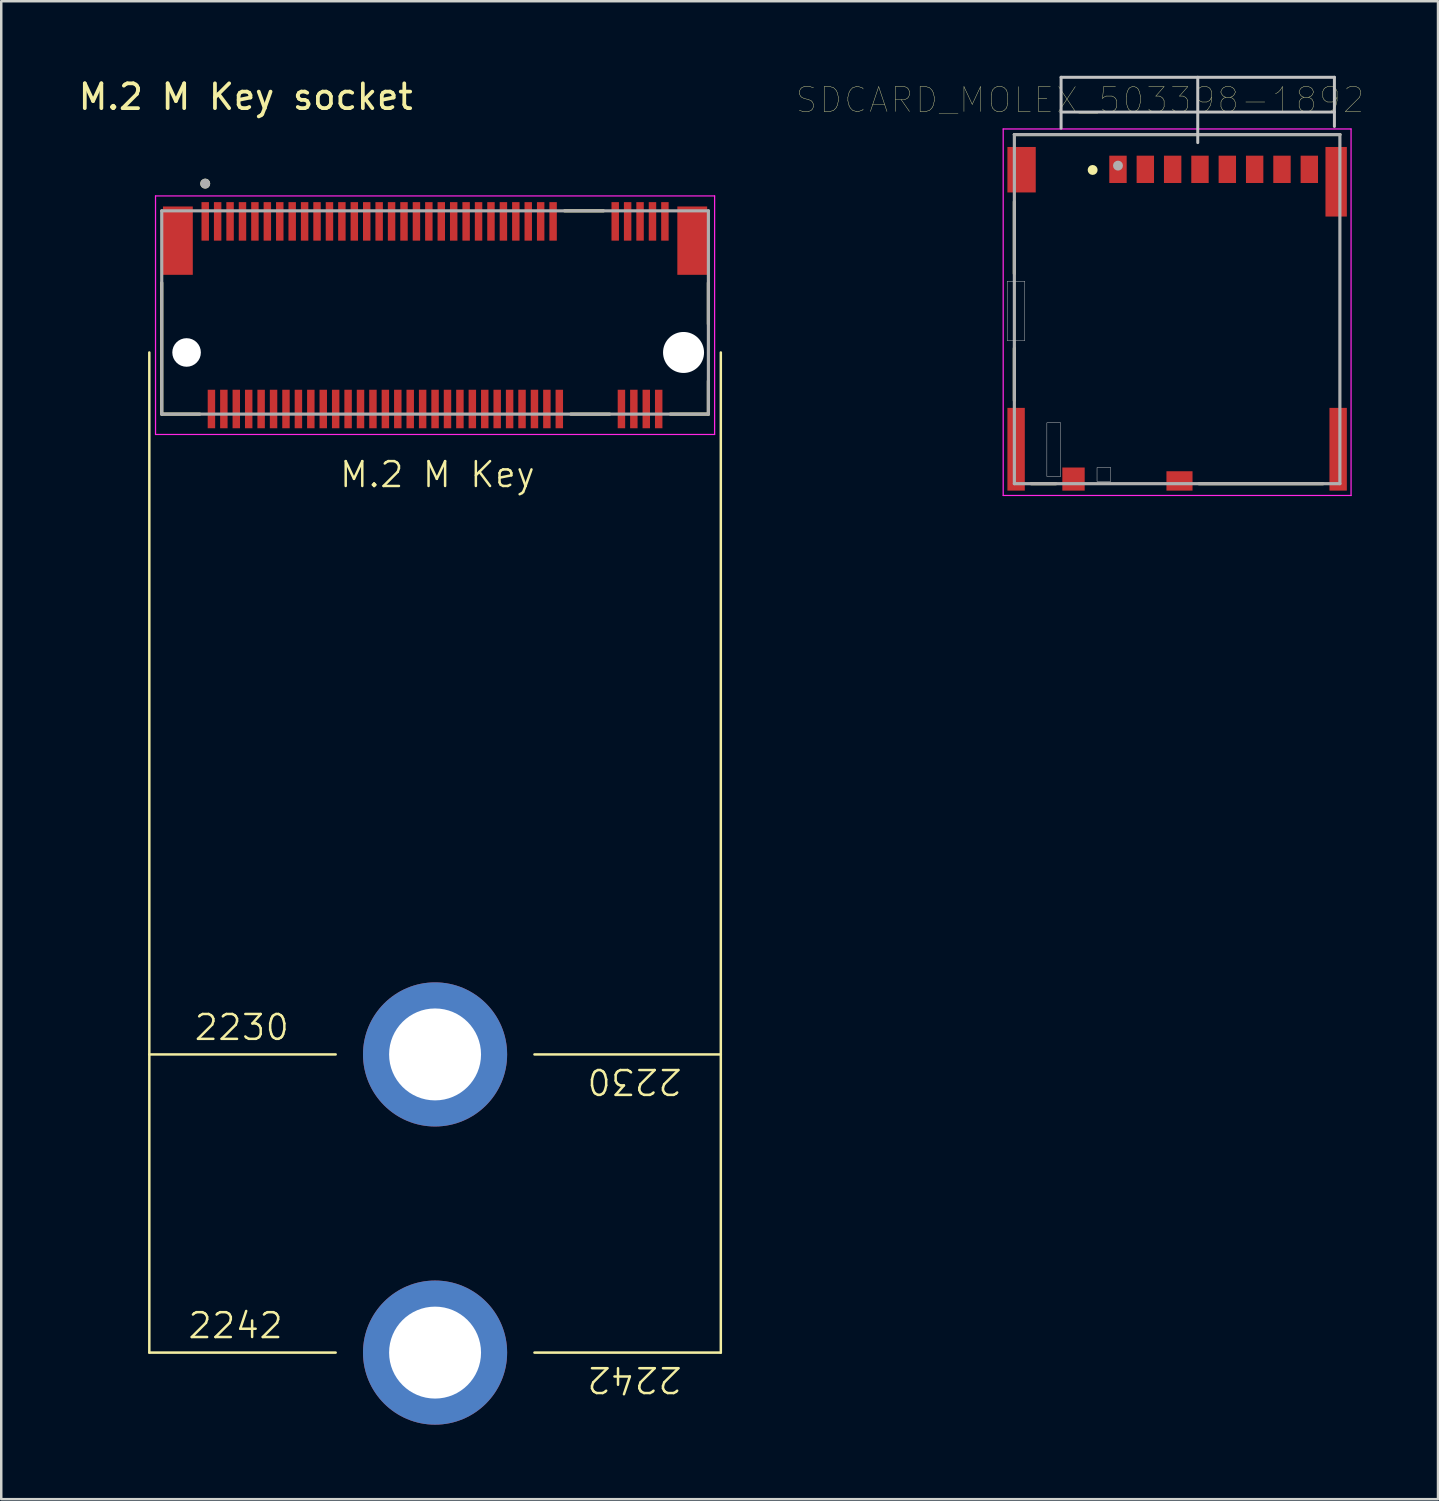
<source format=kicad_pcb>
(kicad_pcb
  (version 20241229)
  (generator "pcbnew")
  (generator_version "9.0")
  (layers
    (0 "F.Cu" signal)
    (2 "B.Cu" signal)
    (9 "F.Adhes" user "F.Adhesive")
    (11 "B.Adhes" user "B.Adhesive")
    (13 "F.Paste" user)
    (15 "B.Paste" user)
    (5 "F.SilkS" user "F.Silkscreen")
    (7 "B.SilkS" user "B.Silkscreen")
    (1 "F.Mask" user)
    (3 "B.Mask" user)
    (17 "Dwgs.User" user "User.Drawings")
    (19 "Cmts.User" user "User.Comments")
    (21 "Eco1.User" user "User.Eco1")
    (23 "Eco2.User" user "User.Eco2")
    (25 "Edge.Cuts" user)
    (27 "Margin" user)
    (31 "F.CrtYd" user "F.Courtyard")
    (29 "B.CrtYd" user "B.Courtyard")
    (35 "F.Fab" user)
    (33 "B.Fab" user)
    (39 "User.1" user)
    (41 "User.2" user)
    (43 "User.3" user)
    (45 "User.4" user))
  (footprint "M.2 M Key socket"
    (layer "F.Cu")
    (at 14.459 11.135)
    (property "Reference" "M.2 M Key socket" (at -7.62 -10.287 0) (layer "F.SilkS") (effects (font (size 1 1) (thickness 0.15))))
    (fp_line (start -11.5 0) (end -11.5 40.25) (stroke (width 0.1) (type default)) (layer "F.SilkS"))
    (fp_line (start -11.5 28.25) (end -4 28.25) (stroke (width 0.1) (type default)) (layer "F.SilkS"))
    (fp_line (start -11.5 40.25) (end -4 40.25) (stroke (width 0.1) (type default)) (layer "F.SilkS"))
    (fp_line (start -11 2.48) (end -11 -2.805) (stroke (width 0.127) (type solid)) (layer "F.SilkS"))
    (fp_line (start -9.47 2.48) (end -11 2.48) (stroke (width 0.127) (type solid)) (layer "F.SilkS"))
    (fp_line (start 4 28.25) (end 11.5 28.25) (stroke (width 0.1) (type default)) (layer "F.SilkS"))
    (fp_line (start 4 40.25) (end 11.5 40.25) (stroke (width 0.1) (type default)) (layer "F.SilkS"))
    (fp_line (start 5.213 -5.7) (end 6.777 -5.7) (stroke (width 0.127) (type solid)) (layer "F.SilkS"))
    (fp_line (start 5.463 2.48) (end 7.027 2.48) (stroke (width 0.127) (type solid)) (layer "F.SilkS"))
    (fp_line (start 11 -2.805) (end 11 -1.145) (stroke (width 0.127) (type solid)) (layer "F.SilkS"))
    (fp_line (start 11 2.48) (end 9.47 2.48) (stroke (width 0.127) (type solid)) (layer "F.SilkS"))
    (fp_line (start 11 2.48) (end 11 1.145) (stroke (width 0.127) (type solid)) (layer "F.SilkS"))
    (fp_line (start 11.5 40.25) (end 11.5 0) (stroke (width 0.1) (type default)) (layer "F.SilkS"))
    (fp_circle (center -9.25 -6.796) (end -9.15 -6.796) (stroke (width 0.2) (type solid)) (fill no) (layer "F.SilkS"))
    (fp_line (start -11.25 -6.3) (end -11.25 3.3) (stroke (width 0.05) (type solid)) (layer "F.CrtYd"))
    (fp_line (start -11.25 3.3) (end 11.25 3.3) (stroke (width 0.05) (type solid)) (layer "F.CrtYd"))
    (fp_line (start 11.25 -6.3) (end -11.25 -6.3) (stroke (width 0.05) (type solid)) (layer "F.CrtYd"))
    (fp_line (start 11.25 3.3) (end 11.25 -6.3) (stroke (width 0.05) (type solid)) (layer "F.CrtYd"))
    (fp_line (start -11 -5.7) (end 11 -5.7) (stroke (width 0.127) (type solid)) (layer "F.Fab"))
    (fp_line (start -11 2.48) (end -11 -5.7) (stroke (width 0.127) (type solid)) (layer "F.Fab"))
    (fp_line (start 11 -5.7) (end 11 2.48) (stroke (width 0.127) (type solid)) (layer "F.Fab"))
    (fp_line (start 11 2.48) (end -11 2.48) (stroke (width 0.127) (type solid)) (layer "F.Fab"))
    (fp_circle (center -9.25 -6.796) (end -9.15 -6.796) (stroke (width 0.2) (type solid)) (fill no) (layer "F.Fab"))
    (fp_text user "M.2 M Key" (at -3.9 5.5 0) (unlocked yes) (layer "F.SilkS") (effects (font (size 1 1) (thickness 0.1)) (justify left bottom)))
    (fp_text user "2242" (at -10 39.75 0) (unlocked yes) (layer "F.SilkS") (effects (font (size 1 1) (thickness 0.1)) (justify left bottom)))
    (fp_text user "2230" (at -9.75 27.75 0) (unlocked yes) (layer "F.SilkS") (effects (font (size 1 1) (thickness 0.1)) (justify left bottom)))
    (fp_text user "2230" (at 10 28.75 180) (unlocked yes) (layer "F.SilkS") (effects (font (size 1 1) (thickness 0.1)) (justify left bottom)))
    (fp_text user "2242" (at 10 40.75 180) (unlocked yes) (layer "F.SilkS") (effects (font (size 1 1) (thickness 0.1)) (justify left bottom)))
    (pad "" np_thru_hole circle (at -10 0) (size 1.15 1.15) (drill 1.15) (layers "*.Cu" "*.Mask"))
    (pad "" np_thru_hole circle (at 10 0) (size 1.65 1.65) (drill 1.65) (layers "*.Cu" "*.Mask"))
    (pad "1" smd rect (at -9.25 -5.275) (size 0.3 1.55) (layers "F.Cu" "F.Mask" "F.Paste"))
    (pad "2" smd rect (at -9 2.275) (size 0.3 1.55) (layers "F.Cu" "F.Mask" "F.Paste"))
    (pad "3" smd rect (at -8.75 -5.275) (size 0.3 1.55) (layers "F.Cu" "F.Mask" "F.Paste"))
    (pad "4" smd rect (at -8.5 2.275) (size 0.3 1.55) (layers "F.Cu" "F.Mask" "F.Paste"))
    (pad "5" smd rect (at -8.25 -5.275) (size 0.3 1.55) (layers "F.Cu" "F.Mask" "F.Paste"))
    (pad "6" smd rect (at -8 2.275) (size 0.3 1.55) (layers "F.Cu" "F.Mask" "F.Paste"))
    (pad "7" smd rect (at -7.75 -5.275) (size 0.3 1.55) (layers "F.Cu" "F.Mask" "F.Paste"))
    (pad "8" smd rect (at -7.5 2.275) (size 0.3 1.55) (layers "F.Cu" "F.Mask" "F.Paste"))
    (pad "9" smd rect (at -7.25 -5.275) (size 0.3 1.55) (layers "F.Cu" "F.Mask" "F.Paste"))
    (pad "10" smd rect (at -7 2.275) (size 0.3 1.55) (layers "F.Cu" "F.Mask" "F.Paste"))
    (pad "11" smd rect (at -6.75 -5.275) (size 0.3 1.55) (layers "F.Cu" "F.Mask" "F.Paste"))
    (pad "12" smd rect (at -6.5 2.275) (size 0.3 1.55) (layers "F.Cu" "F.Mask" "F.Paste"))
    (pad "13" smd rect (at -6.25 -5.275) (size 0.3 1.55) (layers "F.Cu" "F.Mask" "F.Paste"))
    (pad "14" smd rect (at -6 2.275) (size 0.3 1.55) (layers "F.Cu" "F.Mask" "F.Paste"))
    (pad "15" smd rect (at -5.75 -5.275) (size 0.3 1.55) (layers "F.Cu" "F.Mask" "F.Paste"))
    (pad "16" smd rect (at -5.5 2.275) (size 0.3 1.55) (layers "F.Cu" "F.Mask" "F.Paste"))
    (pad "17" smd rect (at -5.25 -5.275) (size 0.3 1.55) (layers "F.Cu" "F.Mask" "F.Paste"))
    (pad "18" smd rect (at -5 2.275) (size 0.3 1.55) (layers "F.Cu" "F.Mask" "F.Paste"))
    (pad "19" smd rect (at -4.75 -5.275) (size 0.3 1.55) (layers "F.Cu" "F.Mask" "F.Paste"))
    (pad "20" smd rect (at -4.5 2.275) (size 0.3 1.55) (layers "F.Cu" "F.Mask" "F.Paste"))
    (pad "21" smd rect (at -4.25 -5.275) (size 0.3 1.55) (layers "F.Cu" "F.Mask" "F.Paste"))
    (pad "22" smd rect (at -4 2.275) (size 0.3 1.55) (layers "F.Cu" "F.Mask" "F.Paste"))
    (pad "23" smd rect (at -3.75 -5.275) (size 0.3 1.55) (layers "F.Cu" "F.Mask" "F.Paste"))
    (pad "24" smd rect (at -3.5 2.275) (size 0.3 1.55) (layers "F.Cu" "F.Mask" "F.Paste"))
    (pad "25" smd rect (at -3.25 -5.275) (size 0.3 1.55) (layers "F.Cu" "F.Mask" "F.Paste"))
    (pad "26" smd rect (at -3 2.275) (size 0.3 1.55) (layers "F.Cu" "F.Mask" "F.Paste"))
    (pad "27" smd rect (at -2.75 -5.275) (size 0.3 1.55) (layers "F.Cu" "F.Mask" "F.Paste"))
    (pad "28" smd rect (at -2.5 2.275) (size 0.3 1.55) (layers "F.Cu" "F.Mask" "F.Paste"))
    (pad "29" smd rect (at -2.25 -5.275) (size 0.3 1.55) (layers "F.Cu" "F.Mask" "F.Paste"))
    (pad "30" smd rect (at -2 2.275) (size 0.3 1.55) (layers "F.Cu" "F.Mask" "F.Paste"))
    (pad "31" smd rect (at -1.75 -5.275) (size 0.3 1.55) (layers "F.Cu" "F.Mask" "F.Paste"))
    (pad "32" smd rect (at -1.5 2.275) (size 0.3 1.55) (layers "F.Cu" "F.Mask" "F.Paste"))
    (pad "33" smd rect (at -1.25 -5.275) (size 0.3 1.55) (layers "F.Cu" "F.Mask" "F.Paste"))
    (pad "34" smd rect (at -1 2.275) (size 0.3 1.55) (layers "F.Cu" "F.Mask" "F.Paste"))
    (pad "35" smd rect (at -0.75 -5.275) (size 0.3 1.55) (layers "F.Cu" "F.Mask" "F.Paste"))
    (pad "36" smd rect (at -0.5 2.275) (size 0.3 1.55) (layers "F.Cu" "F.Mask" "F.Paste"))
    (pad "37" smd rect (at -0.25 -5.275) (size 0.3 1.55) (layers "F.Cu" "F.Mask" "F.Paste"))
    (pad "38" smd rect (at 0 2.275) (size 0.3 1.55) (layers "F.Cu" "F.Mask" "F.Paste"))
    (pad "39" smd rect (at 0.25 -5.275) (size 0.3 1.55) (layers "F.Cu" "F.Mask" "F.Paste"))
    (pad "40" smd rect (at 0.5 2.275) (size 0.3 1.55) (layers "F.Cu" "F.Mask" "F.Paste"))
    (pad "41" smd rect (at 0.75 -5.275) (size 0.3 1.55) (layers "F.Cu" "F.Mask" "F.Paste"))
    (pad "42" smd rect (at 1 2.275) (size 0.3 1.55) (layers "F.Cu" "F.Mask" "F.Paste"))
    (pad "43" smd rect (at 1.25 -5.275) (size 0.3 1.55) (layers "F.Cu" "F.Mask" "F.Paste"))
    (pad "44" smd rect (at 1.5 2.275) (size 0.3 1.55) (layers "F.Cu" "F.Mask" "F.Paste"))
    (pad "45" smd rect (at 1.75 -5.275) (size 0.3 1.55) (layers "F.Cu" "F.Mask" "F.Paste"))
    (pad "46" smd rect (at 2 2.275) (size 0.3 1.55) (layers "F.Cu" "F.Mask" "F.Paste"))
    (pad "47" smd rect (at 2.25 -5.275) (size 0.3 1.55) (layers "F.Cu" "F.Mask" "F.Paste"))
    (pad "48" smd rect (at 2.5 2.275) (size 0.3 1.55) (layers "F.Cu" "F.Mask" "F.Paste"))
    (pad "49" smd rect (at 2.75 -5.275) (size 0.3 1.55) (layers "F.Cu" "F.Mask" "F.Paste"))
    (pad "50" smd rect (at 3 2.275) (size 0.3 1.55) (layers "F.Cu" "F.Mask" "F.Paste"))
    (pad "51" smd rect (at 3.25 -5.275) (size 0.3 1.55) (layers "F.Cu" "F.Mask" "F.Paste"))
    (pad "52" smd rect (at 3.5 2.275) (size 0.3 1.55) (layers "F.Cu" "F.Mask" "F.Paste"))
    (pad "53" smd rect (at 3.75 -5.275) (size 0.3 1.55) (layers "F.Cu" "F.Mask" "F.Paste"))
    (pad "54" smd rect (at 4 2.275) (size 0.3 1.55) (layers "F.Cu" "F.Mask" "F.Paste"))
    (pad "55" smd rect (at 4.25 -5.275) (size 0.3 1.55) (layers "F.Cu" "F.Mask" "F.Paste"))
    (pad "56" smd rect (at 4.5 2.275) (size 0.3 1.55) (layers "F.Cu" "F.Mask" "F.Paste"))
    (pad "57" smd rect (at 4.75 -5.275) (size 0.3 1.55) (layers "F.Cu" "F.Mask" "F.Paste"))
    (pad "58" smd rect (at 5 2.275) (size 0.3 1.55) (layers "F.Cu" "F.Mask" "F.Paste"))
    (pad "67" smd rect (at 7.25 -5.275) (size 0.3 1.55) (layers "F.Cu" "F.Mask" "F.Paste"))
    (pad "68" smd rect (at 7.5 2.275) (size 0.3 1.55) (layers "F.Cu" "F.Mask" "F.Paste"))
    (pad "69" smd rect (at 7.75 -5.275) (size 0.3 1.55) (layers "F.Cu" "F.Mask" "F.Paste"))
    (pad "70" smd rect (at 8 2.275) (size 0.3 1.55) (layers "F.Cu" "F.Mask" "F.Paste"))
    (pad "71" smd rect (at 8.25 -5.275) (size 0.3 1.55) (layers "F.Cu" "F.Mask" "F.Paste"))
    (pad "72" smd rect (at 8.5 2.275) (size 0.3 1.55) (layers "F.Cu" "F.Mask" "F.Paste"))
    (pad "73" smd rect (at 8.75 -5.275) (size 0.3 1.55) (layers "F.Cu" "F.Mask" "F.Paste"))
    (pad "74" smd rect (at 9 2.275) (size 0.3 1.55) (layers "F.Cu" "F.Mask" "F.Paste"))
    (pad "75" smd rect (at 9.25 -5.275) (size 0.3 1.55) (layers "F.Cu" "F.Mask" "F.Paste"))
    (pad "M1" thru_hole circle (at 0 28.25) (size 5.8 5.8) (drill 3.7) (layers "*.Cu" "*.Mask"))
    (pad "M2" thru_hole circle (at 0 40.25) (size 5.8 5.8) (drill 3.7) (layers "*.Cu" "*.Mask"))
    (pad "S1" smd rect (at -10.35 -4.5) (size 1.2 2.75) (layers "F.Cu" "F.Mask" "F.Paste"))
    (pad "S2" smd rect (at 10.35 -4.5) (size 1.2 2.75) (layers "F.Cu" "F.Mask" "F.Paste")))
  (footprint "SDCARD_MOLEX_503398-1892"
    (layer "F.Cu")
    (at 44.323 9.39)
    (property "Reference" "SDCARD_MOLEX_503398-1892" (at -3.908 -8.416 0) (layer "F.SilkS") (effects (font (size 1.001 1.001) (thickness 0.015))))
    (attr smd)
    (fp_line (start -6.55 -7.025) (end 6.55 -7.025) (stroke (width 0.127) (type solid)) (layer "F.SilkS"))
    (fp_line (start -6.55 -4.325) (end -6.55 -1.425) (stroke (width 0.127) (type solid)) (layer "F.SilkS"))
    (fp_line (start -6.55 1.575) (end -6.55 3.675) (stroke (width 0.127) (type solid)) (layer "F.SilkS"))
    (fp_line (start -5.876 7.025) (end -4.874 7.025) (stroke (width 0.127) (type solid)) (layer "F.SilkS"))
    (fp_line (start 0.874 7.025) (end 5.876 7.025) (stroke (width 0.127) (type solid)) (layer "F.SilkS"))
    (fp_circle (center -3.4 -5.6) (end -3.3 -5.6) (stroke (width 0.2) (type solid)) (fill no) (layer "F.SilkS"))
    (fp_line (start -4.67 -9.33) (end -4.67 -7.28) (stroke (width 0.12) (type solid)) (layer "Dwgs.User"))
    (fp_line (start -4.67 -9.33) (end 6.33 -9.33) (stroke (width 0.12) (type solid)) (layer "Dwgs.User"))
    (fp_line (start -4.67 -7.93) (end 6.33 -7.93) (stroke (width 0.12) (type solid)) (layer "Dwgs.User"))
    (fp_line (start 0.83 -6.7) (end 0.83 -9.33) (stroke (width 0.12) (type solid)) (layer "Dwgs.User"))
    (fp_line (start 6.33 -9.33) (end 6.33 -7.35) (stroke (width 0.12) (type solid)) (layer "Dwgs.User"))
    (fp_poly (pts (xy -6.842 -1.125) (xy -6.13 -1.125) (xy -6.13 1.277) (xy -6.842 1.277)) (stroke (width 0.01) (type solid)) (fill no) (layer "Dwgs.User"))
    (fp_poly (pts (xy -6.836 -1.125) (xy -6.13 -1.125) (xy -6.13 1.276) (xy -6.836 1.276)) (stroke (width 0.01) (type solid)) (fill no) (layer "Dwgs.User"))
    (fp_poly (pts (xy -5.245 4.575) (xy -4.685 4.575) (xy -4.685 6.738) (xy -5.245 6.738)) (stroke (width 0.01) (type solid)) (fill no) (layer "Dwgs.User"))
    (fp_poly (pts (xy -5.239 4.575) (xy -4.685 4.575) (xy -4.685 6.73) (xy -5.239 6.73)) (stroke (width 0.01) (type solid)) (fill no) (layer "Dwgs.User"))
    (fp_poly (pts (xy -3.225 6.375) (xy -2.67 6.375) (xy -2.67 6.937) (xy -3.225 6.937)) (stroke (width 0.01) (type solid)) (fill no) (layer "Dwgs.User"))
    (fp_poly (pts (xy -3.223 6.375) (xy -2.67 6.375) (xy -2.67 6.93) (xy -3.223 6.93)) (stroke (width 0.01) (type solid)) (fill no) (layer "Dwgs.User"))
    (fp_poly (pts (xy -3.17 -3.725) (xy -3.17 1.275) (xy -3.82 1.275) (xy -3.82 3.875) (xy 0.57 3.875) (xy 0.57 5.125) (xy -1.73 5.125) (xy -1.73 7.305) (xy -0.43 7.305) (xy -0.43 6.525) (xy 6.13 6.525) (xy 6.13 3.975) (xy 6.83 3.975) (xy 6.83 -3.725)) (stroke (width 0.0001) (type solid)) (fill no) (layer "Dwgs.User"))
    (fp_poly (pts (xy -3.17 -3.725) (xy -3.17 1.275) (xy -3.82 1.275) (xy -3.82 3.875) (xy 0.57 3.875) (xy 0.57 5.125) (xy -1.73 5.125) (xy -1.73 7.305) (xy -0.43 7.305) (xy -0.43 6.525) (xy 6.13 6.525) (xy 6.13 3.975) (xy 6.83 3.975) (xy 6.83 -3.725)) (stroke (width 0.0001) (type solid)) (fill no) (layer "Dwgs.User"))
    (fp_line (start -7 -7.25) (end 7 -7.25) (stroke (width 0.05) (type solid)) (layer "F.CrtYd"))
    (fp_line (start -7 7.5) (end -7 -7.25) (stroke (width 0.05) (type solid)) (layer "F.CrtYd"))
    (fp_line (start 7 -7.25) (end 7 7.5) (stroke (width 0.05) (type solid)) (layer "F.CrtYd"))
    (fp_line (start 7 7.5) (end -7 7.5) (stroke (width 0.05) (type solid)) (layer "F.CrtYd"))
    (fp_line (start -6.55 -7.025) (end 6.55 -7.025) (stroke (width 0.127) (type solid)) (layer "F.Fab"))
    (fp_line (start -6.55 7.025) (end -6.55 -7.025) (stroke (width 0.127) (type solid)) (layer "F.Fab"))
    (fp_line (start 6.55 -7.025) (end 6.55 7.025) (stroke (width 0.127) (type solid)) (layer "F.Fab"))
    (fp_line (start 6.55 7.025) (end -6.55 7.025) (stroke (width 0.127) (type solid)) (layer "F.Fab"))
    (fp_circle (center -2.38 -5.775) (end -2.28 -5.775) (stroke (width 0.2) (type solid)) (fill no) (layer "F.Fab"))
    (pad "1" smd rect (at -2.38 -5.625) (size 0.7 1.1) (layers "F.Cu" "F.Mask" "F.Paste"))
    (pad "2" smd rect (at -1.28 -5.625) (size 0.7 1.1) (layers "F.Cu" "F.Mask" "F.Paste"))
    (pad "3" smd rect (at -0.18 -5.625) (size 0.7 1.1) (layers "F.Cu" "F.Mask" "F.Paste"))
    (pad "4" smd rect (at 0.92 -5.625) (size 0.7 1.1) (layers "F.Cu" "F.Mask" "F.Paste"))
    (pad "5" smd rect (at 2.02 -5.625) (size 0.7 1.1) (layers "F.Cu" "F.Mask" "F.Paste"))
    (pad "6" smd rect (at 3.12 -5.625) (size 0.7 1.1) (layers "F.Cu" "F.Mask" "F.Paste"))
    (pad "7" smd rect (at 4.22 -5.625) (size 0.7 1.1) (layers "F.Cu" "F.Mask" "F.Paste"))
    (pad "8" smd rect (at 5.32 -5.625) (size 0.7 1.1) (layers "F.Cu" "F.Mask" "F.Paste"))
    (pad "9" smd rect (at -4.17 6.84) (size 0.9 0.93) (layers "F.Cu" "F.Mask" "F.Paste"))
    (pad "10" smd rect (at 0.095 6.915) (size 1.05 0.78) (layers "F.Cu" "F.Mask" "F.Paste"))
    (pad "11" smd rect (at -6.48 5.64) (size 0.7 3.33) (layers "F.Cu" "F.Mask" "F.Paste"))
    (pad "11" smd rect (at -6.26 -5.61) (size 1.14 1.83) (layers "F.Cu" "F.Mask" "F.Paste"))
    (pad "11" smd rect (at 6.4 -5.125) (size 0.86 2.8) (layers "F.Cu" "F.Mask" "F.Paste"))
    (pad "11" smd rect (at 6.48 5.64) (size 0.7 3.33) (layers "F.Cu" "F.Mask" "F.Paste")))
  (gr_rect
    (start -3 -3)
    (end 54.822 57.285)
    (stroke (width 0.1) (type default))
    (fill no)
    (layer "Edge.Cuts")))
</source>
